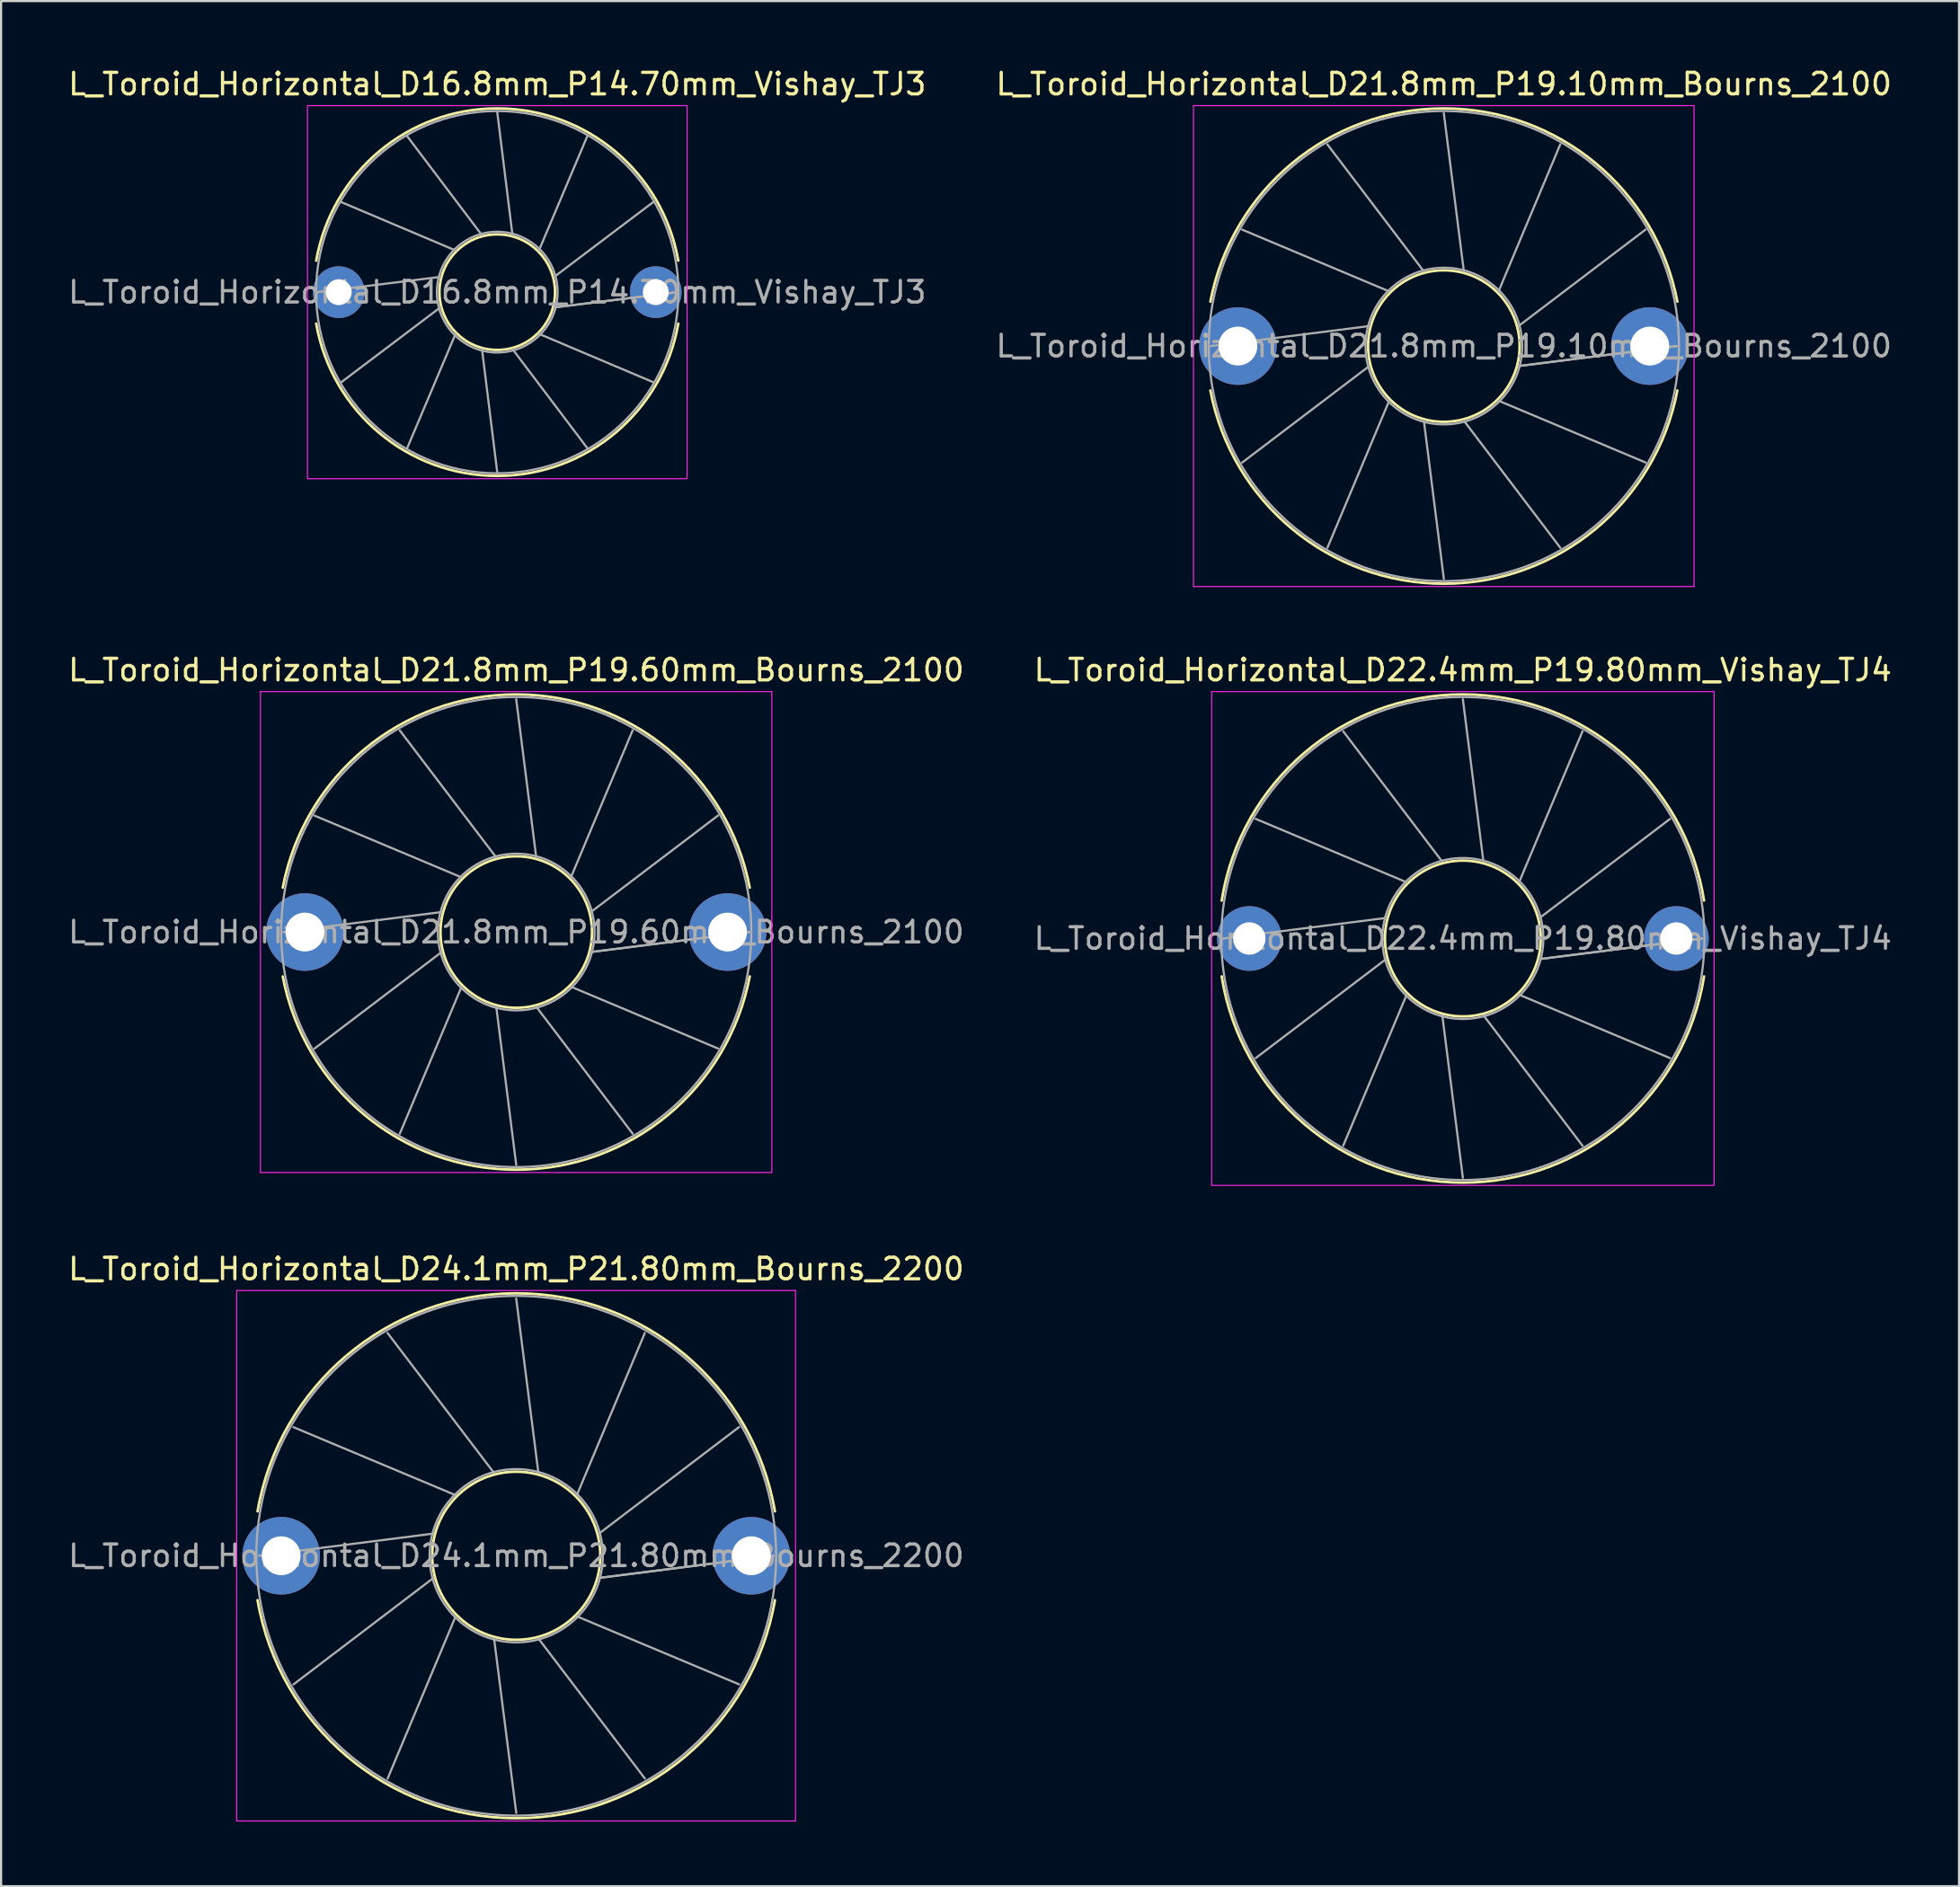
<source format=kicad_pcb>
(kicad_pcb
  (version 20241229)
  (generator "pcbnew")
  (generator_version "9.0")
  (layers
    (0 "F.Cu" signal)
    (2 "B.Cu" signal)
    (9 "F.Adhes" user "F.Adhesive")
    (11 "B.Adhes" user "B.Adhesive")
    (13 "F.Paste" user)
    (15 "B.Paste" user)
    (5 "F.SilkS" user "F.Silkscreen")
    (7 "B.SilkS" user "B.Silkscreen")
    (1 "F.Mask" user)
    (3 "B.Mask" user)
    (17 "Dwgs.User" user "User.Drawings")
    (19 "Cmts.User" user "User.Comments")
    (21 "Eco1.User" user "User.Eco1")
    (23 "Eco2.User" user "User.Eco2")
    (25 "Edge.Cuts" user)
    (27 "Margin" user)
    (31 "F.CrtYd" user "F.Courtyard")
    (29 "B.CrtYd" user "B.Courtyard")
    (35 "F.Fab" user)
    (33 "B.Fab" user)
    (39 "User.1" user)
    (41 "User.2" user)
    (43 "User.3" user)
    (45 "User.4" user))
  (footprint "L_Toroid_Horizontal_D16.8mm_P14.70mm_Vishay_TJ3"
    (layer "F.Cu")
    (at 12.656 10.498)
    (property "Reference" "L_Toroid_Horizontal_D16.8mm_P14.70mm_Vishay_TJ3" (at 7.35 -9.65 0) (layer "F.SilkS") (effects (font (size 1 1) (thickness 0.15))))
    (attr through_hole)
    (fp_arc (start -1.043974 -1.46) (mid 7.35 -8.52) (end 15.743974 -1.46) (stroke (width 0.12) (type solid)) (layer "F.SilkS"))
    (fp_arc (start 15.743974 1.46) (mid 7.35 8.52) (end -1.043974 1.46) (stroke (width 0.12) (type solid)) (layer "F.SilkS"))
    (fp_circle (center 7.35 0) (end 10.03 0) (stroke (width 0.12) (type solid)) (fill no) (layer "F.SilkS"))
    (fp_rect (start -1.45 -8.65) (end 16.15 8.65) (stroke (width 0.05) (type solid)) (fill no) (layer "F.CrtYd"))
    (fp_line (start -1 0) (end 4.71 -0.708) (stroke (width 0.1) (type solid)) (layer "F.Fab"))
    (fp_line (start 0.119 -4.175) (end 5.417 -1.933) (stroke (width 0.1) (type solid)) (layer "F.Fab"))
    (fp_line (start 0.119 4.175) (end 4.71 0.708) (stroke (width 0.1) (type solid)) (layer "F.Fab"))
    (fp_line (start 3.175 -7.231) (end 6.642 -2.64) (stroke (width 0.1) (type solid)) (layer "F.Fab"))
    (fp_line (start 3.175 7.231) (end 5.417 1.933) (stroke (width 0.1) (type solid)) (layer "F.Fab"))
    (fp_line (start 7.35 -8.35) (end 8.058 -2.64) (stroke (width 0.1) (type solid)) (layer "F.Fab"))
    (fp_line (start 7.35 8.35) (end 6.642 2.64) (stroke (width 0.1) (type solid)) (layer "F.Fab"))
    (fp_line (start 11.525 -7.231) (end 9.283 -1.933) (stroke (width 0.1) (type solid)) (layer "F.Fab"))
    (fp_line (start 11.525 7.231) (end 8.058 2.64) (stroke (width 0.1) (type solid)) (layer "F.Fab"))
    (fp_line (start 14.581 -4.175) (end 9.99 -0.708) (stroke (width 0.1) (type solid)) (layer "F.Fab"))
    (fp_line (start 14.581 4.175) (end 9.283 1.933) (stroke (width 0.1) (type solid)) (layer "F.Fab"))
    (fp_line (start 15.7 0) (end 9.99 0.708) (stroke (width 0.1) (type solid)) (layer "F.Fab"))
    (fp_line (start 15.7 0) (end 9.99 0.708) (stroke (width 0.1) (type solid)) (layer "F.Fab"))
    (fp_circle (center 7.35 0) (end 10.15 0) (stroke (width 0.1) (type solid)) (fill no) (layer "F.Fab"))
    (fp_circle (center 7.35 0) (end 15.75 0) (stroke (width 0.1) (type solid)) (fill no) (layer "F.Fab"))
    (fp_text user "${REFERENCE}" (at 7.35 0 0) (layer "F.Fab") (effects (font (size 1 1) (thickness 0.15))))
    (pad "1" thru_hole circle (at 0 0) (size 2.4 2.4) (drill 1.2) (layers "*.Cu" "*.Mask"))
    (pad "2" thru_hole circle (at 14.7 0) (size 2.4 2.4) (drill 1.2) (layers "*.Cu" "*.Mask")))
  (footprint "L_Toroid_Horizontal_D24.1mm_P21.80mm_Bourns_2200"
    (layer "F.Cu")
    (at 9.987 69.095)
    (property "Reference" "L_Toroid_Horizontal_D24.1mm_P21.80mm_Bourns_2200" (at 10.9 -13.3 0) (layer "F.SilkS") (effects (font (size 1 1) (thickness 0.15))))
    (attr through_hole)
    (fp_arc (start -1.094386 -2.06) (mid 10.9 -12.17) (end 22.894386 -2.06) (stroke (width 0.12) (type solid)) (layer "F.SilkS"))
    (fp_arc (start 22.894386 2.06) (mid 10.9 12.17) (end -1.094386 2.06) (stroke (width 0.12) (type solid)) (layer "F.SilkS"))
    (fp_circle (center 10.9 0) (end 14.797 0) (stroke (width 0.12) (type solid)) (fill no) (layer "F.SilkS"))
    (fp_line (start -2.06 -12.3) (end -2.06 12.3) (stroke (width 0.05) (type solid)) (layer "F.CrtYd"))
    (fp_line (start -2.06 12.3) (end 23.85 12.3) (stroke (width 0.05) (type solid)) (layer "F.CrtYd"))
    (fp_line (start 23.85 -12.3) (end -2.06 -12.3) (stroke (width 0.05) (type solid)) (layer "F.CrtYd"))
    (fp_line (start 23.85 12.3) (end 23.85 -12.3) (stroke (width 0.05) (type solid)) (layer "F.CrtYd"))
    (fp_line (start -1.027 0.001) (end 7.061 -1.028) (stroke (width 0.1) (type solid)) (layer "F.Fab"))
    (fp_line (start 0.571 -5.962) (end 8.089 -2.81) (stroke (width 0.1) (type solid)) (layer "F.Fab"))
    (fp_line (start 0.572 5.964) (end 7.061 1.029) (stroke (width 0.1) (type solid)) (layer "F.Fab"))
    (fp_line (start 4.935 -10.328) (end 9.871 -3.839) (stroke (width 0.1) (type solid)) (layer "F.Fab"))
    (fp_line (start 4.937 10.329) (end 8.09 2.811) (stroke (width 0.1) (type solid)) (layer "F.Fab"))
    (fp_line (start 10.898 -11.927) (end 11.928 -3.839) (stroke (width 0.1) (type solid)) (layer "F.Fab"))
    (fp_line (start 10.901 11.927) (end 9.872 3.839) (stroke (width 0.1) (type solid)) (layer "F.Fab"))
    (fp_line (start 16.862 -10.33) (end 13.71 -2.811) (stroke (width 0.1) (type solid)) (layer "F.Fab"))
    (fp_line (start 16.864 10.329) (end 11.929 3.839) (stroke (width 0.1) (type solid)) (layer "F.Fab"))
    (fp_line (start 21.228 -5.965) (end 14.739 -1.029) (stroke (width 0.1) (type solid)) (layer "F.Fab"))
    (fp_line (start 21.229 5.963) (end 13.711 2.81) (stroke (width 0.1) (type solid)) (layer "F.Fab"))
    (fp_line (start 22.827 -0.002) (end 14.739 1.028) (stroke (width 0.1) (type solid)) (layer "F.Fab"))
    (fp_line (start 22.827 0) (end 14.739 1.029) (stroke (width 0.1) (type solid)) (layer "F.Fab"))
    (fp_circle (center 10.9 0) (end 14.917 0) (stroke (width 0.1) (type solid)) (fill no) (layer "F.Fab"))
    (fp_circle (center 10.9 0) (end 22.95 0) (stroke (width 0.1) (type solid)) (fill no) (layer "F.Fab"))
    (fp_text user "${REFERENCE}" (at 10.9 0 0) (layer "F.Fab") (effects (font (size 1 1) (thickness 0.15))))
    (pad "1" thru_hole circle (at 0 0) (size 3.6 3.6) (drill 1.8) (layers "*.Cu" "*.Mask"))
    (pad "2" thru_hole circle (at 21.8 0) (size 3.6 3.6) (drill 1.8) (layers "*.Cu" "*.Mask")))
  (footprint "L_Toroid_Horizontal_D22.4mm_P19.80mm_Vishay_TJ4"
    (layer "F.Cu")
    (at 54.88 40.471)
    (property "Reference" "L_Toroid_Horizontal_D22.4mm_P19.80mm_Vishay_TJ4" (at 9.9 -12.45 0) (layer "F.SilkS") (effects (font (size 1 1) (thickness 0.15))))
    (attr through_hole)
    (fp_arc (start -1.282343 -1.76) (mid 9.9 -11.32) (end 21.082343 -1.76) (stroke (width 0.12) (type solid)) (layer "F.SilkS"))
    (fp_arc (start 21.082343 1.76) (mid 9.9 11.32) (end -1.282343 1.76) (stroke (width 0.12) (type solid)) (layer "F.SilkS"))
    (fp_circle (center 9.9 0) (end 13.513 0) (stroke (width 0.12) (type solid)) (fill no) (layer "F.SilkS"))
    (fp_rect (start -1.75 -11.45) (end 21.55 11.45) (stroke (width 0.05) (type solid)) (fill no) (layer "F.CrtYd"))
    (fp_line (start -1.194 0) (end 6.34 -0.954) (stroke (width 0.1) (type solid)) (layer "F.Fab"))
    (fp_line (start 0.293 -5.547) (end 7.294 -2.606) (stroke (width 0.1) (type solid)) (layer "F.Fab"))
    (fp_line (start 0.293 5.547) (end 6.34 0.954) (stroke (width 0.1) (type solid)) (layer "F.Fab"))
    (fp_line (start 4.353 -9.607) (end 8.946 -3.56) (stroke (width 0.1) (type solid)) (layer "F.Fab"))
    (fp_line (start 4.353 9.607) (end 7.294 2.606) (stroke (width 0.1) (type solid)) (layer "F.Fab"))
    (fp_line (start 9.9 -11.094) (end 10.854 -3.56) (stroke (width 0.1) (type solid)) (layer "F.Fab"))
    (fp_line (start 9.9 11.094) (end 8.946 3.56) (stroke (width 0.1) (type solid)) (layer "F.Fab"))
    (fp_line (start 15.447 -9.607) (end 12.506 -2.606) (stroke (width 0.1) (type solid)) (layer "F.Fab"))
    (fp_line (start 15.447 9.607) (end 10.854 3.56) (stroke (width 0.1) (type solid)) (layer "F.Fab"))
    (fp_line (start 19.507 -5.547) (end 13.46 -0.954) (stroke (width 0.1) (type solid)) (layer "F.Fab"))
    (fp_line (start 19.507 5.547) (end 12.506 2.606) (stroke (width 0.1) (type solid)) (layer "F.Fab"))
    (fp_line (start 20.994 0) (end 13.46 0.954) (stroke (width 0.1) (type solid)) (layer "F.Fab"))
    (fp_line (start 20.994 0) (end 13.46 0.954) (stroke (width 0.1) (type solid)) (layer "F.Fab"))
    (fp_circle (center 9.9 0) (end 13.633 0) (stroke (width 0.1) (type solid)) (fill no) (layer "F.Fab"))
    (fp_circle (center 9.9 0) (end 21.1 0) (stroke (width 0.1) (type solid)) (fill no) (layer "F.Fab"))
    (fp_text user "${REFERENCE}" (at 9.9 0 0) (layer "F.Fab") (effects (font (size 1 1) (thickness 0.15))))
    (pad "1" thru_hole circle (at 0 0) (size 3 3) (drill 1.5) (layers "*.Cu" "*.Mask"))
    (pad "2" thru_hole circle (at 19.8 0) (size 3 3) (drill 1.5) (layers "*.Cu" "*.Mask")))
  (footprint "L_Toroid_Horizontal_D21.8mm_P19.60mm_Bourns_2100"
    (layer "F.Cu")
    (at 11.087 40.172)
    (property "Reference" "L_Toroid_Horizontal_D21.8mm_P19.60mm_Bourns_2100" (at 9.8 -12.15 0) (layer "F.SilkS") (effects (font (size 1 1) (thickness 0.15))))
    (attr through_hole)
    (fp_arc (start -1.025747 -2.06) (mid 9.8 -11.02) (end 20.625747 -2.06) (stroke (width 0.12) (type solid)) (layer "F.SilkS"))
    (fp_arc (start 20.625747 2.06) (mid 9.8 11.02) (end -1.025747 2.06) (stroke (width 0.12) (type solid)) (layer "F.SilkS"))
    (fp_circle (center 9.8 0) (end 13.313 0) (stroke (width 0.12) (type solid)) (fill no) (layer "F.SilkS"))
    (fp_line (start -2.06 -11.15) (end -2.06 11.15) (stroke (width 0.05) (type solid)) (layer "F.CrtYd"))
    (fp_line (start -2.06 11.15) (end 21.65 11.15) (stroke (width 0.05) (type solid)) (layer "F.CrtYd"))
    (fp_line (start 21.65 -11.15) (end -2.06 -11.15) (stroke (width 0.05) (type solid)) (layer "F.CrtYd"))
    (fp_line (start 21.65 11.15) (end 21.65 -11.15) (stroke (width 0.05) (type solid)) (layer "F.CrtYd"))
    (fp_line (start -1 0.001) (end 6.338 -0.927) (stroke (width 0.1) (type solid)) (layer "F.Fab"))
    (fp_line (start 0.447 -5.399) (end 7.266 -2.534) (stroke (width 0.1) (type solid)) (layer "F.Fab"))
    (fp_line (start 0.448 5.401) (end 6.339 0.928) (stroke (width 0.1) (type solid)) (layer "F.Fab"))
    (fp_line (start 4.399 -9.352) (end 8.872 -3.461) (stroke (width 0.1) (type solid)) (layer "F.Fab"))
    (fp_line (start 4.401 9.353) (end 7.266 2.534) (stroke (width 0.1) (type solid)) (layer "F.Fab"))
    (fp_line (start 9.798 -10.8) (end 10.727 -3.462) (stroke (width 0.1) (type solid)) (layer "F.Fab"))
    (fp_line (start 9.8 10.8) (end 8.873 3.462) (stroke (width 0.1) (type solid)) (layer "F.Fab"))
    (fp_line (start 15.198 -9.354) (end 12.334 -2.534) (stroke (width 0.1) (type solid)) (layer "F.Fab"))
    (fp_line (start 15.2 9.353) (end 10.728 3.461) (stroke (width 0.1) (type solid)) (layer "F.Fab"))
    (fp_line (start 19.152 -5.401) (end 13.261 -0.928) (stroke (width 0.1) (type solid)) (layer "F.Fab"))
    (fp_line (start 19.153 5.4) (end 12.334 2.534) (stroke (width 0.1) (type solid)) (layer "F.Fab"))
    (fp_line (start 20.6 -0.002) (end 13.262 0.927) (stroke (width 0.1) (type solid)) (layer "F.Fab"))
    (fp_line (start 20.6 0) (end 13.261 0.927) (stroke (width 0.1) (type solid)) (layer "F.Fab"))
    (fp_circle (center 9.8 0) (end 13.433 0) (stroke (width 0.1) (type solid)) (fill no) (layer "F.Fab"))
    (fp_circle (center 9.8 0) (end 20.7 0) (stroke (width 0.1) (type solid)) (fill no) (layer "F.Fab"))
    (fp_text user "${REFERENCE}" (at 9.8 0 0) (layer "F.Fab") (effects (font (size 1 1) (thickness 0.15))))
    (pad "1" thru_hole circle (at 0 0) (size 3.6 3.6) (drill 1.8) (layers "*.Cu" "*.Mask"))
    (pad "2" thru_hole circle (at 19.6 0) (size 3.6 3.6) (drill 1.8) (layers "*.Cu" "*.Mask")))
  (footprint "L_Toroid_Horizontal_D21.8mm_P19.10mm_Bourns_2100"
    (layer "F.Cu")
    (at 54.349 12.998)
    (property "Reference" "L_Toroid_Horizontal_D21.8mm_P19.10mm_Bourns_2100" (at 9.55 -12.15 0) (layer "F.SilkS") (effects (font (size 1 1) (thickness 0.15))))
    (attr through_hole)
    (fp_arc (start -1.275747 -2.06) (mid 9.55 -11.02) (end 20.375747 -2.06) (stroke (width 0.12) (type solid)) (layer "F.SilkS"))
    (fp_arc (start 20.375747 2.06) (mid 9.55 11.02) (end -1.275747 2.06) (stroke (width 0.12) (type solid)) (layer "F.SilkS"))
    (fp_circle (center 9.55 0) (end 13.063 0) (stroke (width 0.12) (type solid)) (fill no) (layer "F.SilkS"))
    (fp_line (start -2.06 -11.15) (end -2.06 11.15) (stroke (width 0.05) (type solid)) (layer "F.CrtYd"))
    (fp_line (start -2.06 11.15) (end 21.15 11.15) (stroke (width 0.05) (type solid)) (layer "F.CrtYd"))
    (fp_line (start 21.15 -11.15) (end -2.06 -11.15) (stroke (width 0.05) (type solid)) (layer "F.CrtYd"))
    (fp_line (start 21.15 11.15) (end 21.15 -11.15) (stroke (width 0.05) (type solid)) (layer "F.CrtYd"))
    (fp_line (start -1.25 0.001) (end 6.088 -0.927) (stroke (width 0.1) (type solid)) (layer "F.Fab"))
    (fp_line (start 0.197 -5.399) (end 7.016 -2.534) (stroke (width 0.1) (type solid)) (layer "F.Fab"))
    (fp_line (start 0.198 5.401) (end 6.089 0.928) (stroke (width 0.1) (type solid)) (layer "F.Fab"))
    (fp_line (start 4.149 -9.352) (end 8.622 -3.461) (stroke (width 0.1) (type solid)) (layer "F.Fab"))
    (fp_line (start 4.151 9.353) (end 7.016 2.534) (stroke (width 0.1) (type solid)) (layer "F.Fab"))
    (fp_line (start 9.548 -10.8) (end 10.477 -3.462) (stroke (width 0.1) (type solid)) (layer "F.Fab"))
    (fp_line (start 9.55 10.8) (end 8.623 3.462) (stroke (width 0.1) (type solid)) (layer "F.Fab"))
    (fp_line (start 14.948 -9.354) (end 12.084 -2.534) (stroke (width 0.1) (type solid)) (layer "F.Fab"))
    (fp_line (start 14.95 9.353) (end 10.478 3.461) (stroke (width 0.1) (type solid)) (layer "F.Fab"))
    (fp_line (start 18.902 -5.401) (end 13.011 -0.928) (stroke (width 0.1) (type solid)) (layer "F.Fab"))
    (fp_line (start 18.903 5.4) (end 12.084 2.534) (stroke (width 0.1) (type solid)) (layer "F.Fab"))
    (fp_line (start 20.35 -0.002) (end 13.012 0.927) (stroke (width 0.1) (type solid)) (layer "F.Fab"))
    (fp_line (start 20.35 0) (end 13.011 0.927) (stroke (width 0.1) (type solid)) (layer "F.Fab"))
    (fp_circle (center 9.55 0) (end 13.183 0) (stroke (width 0.1) (type solid)) (fill no) (layer "F.Fab"))
    (fp_circle (center 9.55 0) (end 20.45 0) (stroke (width 0.1) (type solid)) (fill no) (layer "F.Fab"))
    (fp_text user "${REFERENCE}" (at 9.55 0 0) (layer "F.Fab") (effects (font (size 1 1) (thickness 0.15))))
    (pad "1" thru_hole circle (at 0 0) (size 3.6 3.6) (drill 1.8) (layers "*.Cu" "*.Mask"))
    (pad "2" thru_hole circle (at 19.1 0) (size 3.6 3.6) (drill 1.8) (layers "*.Cu" "*.Mask")))
  (gr_rect
    (start -3 -3)
    (end 87.786 84.42)
    (stroke (width 0.1) (type default))
    (fill no)
    (layer "Edge.Cuts")))
</source>
